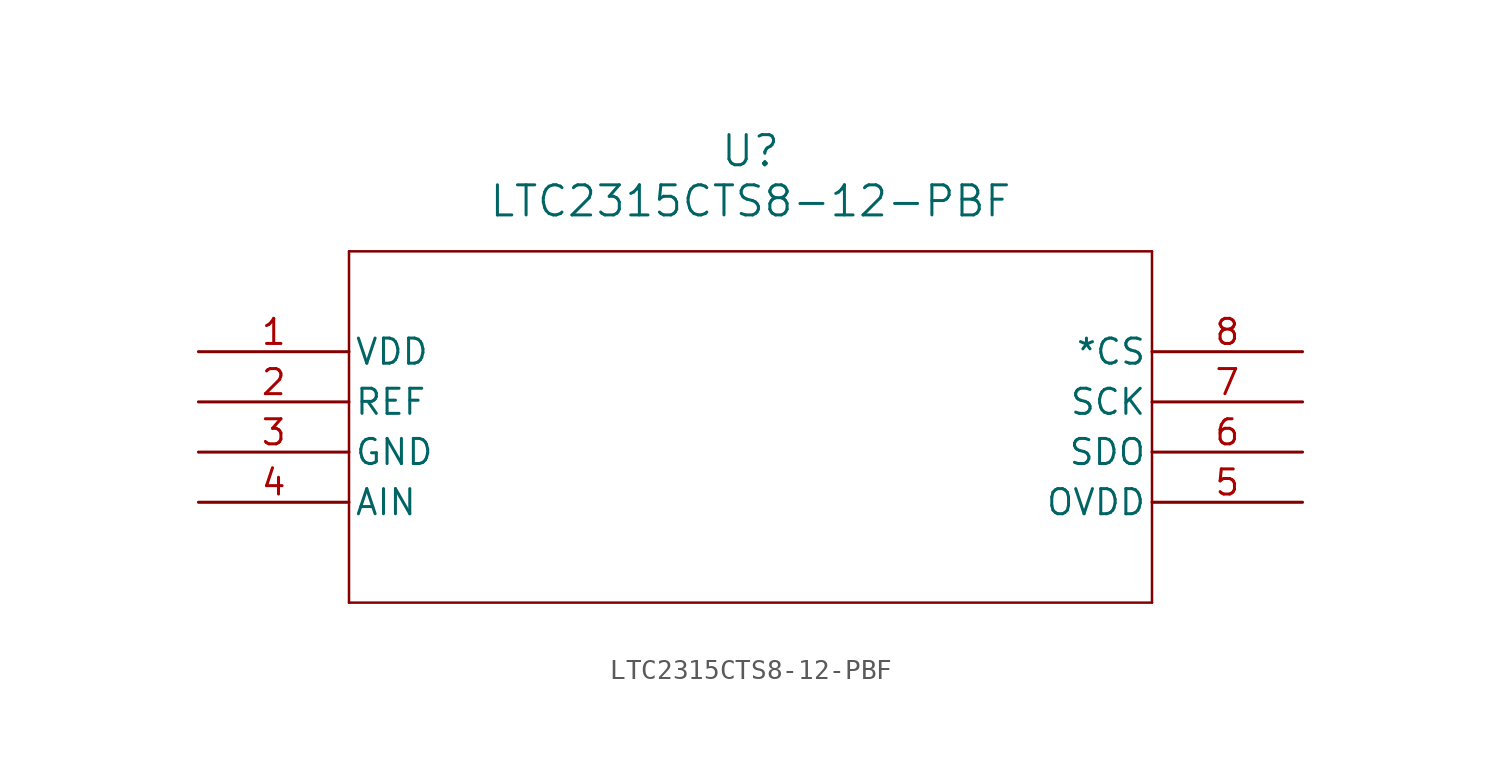
<source format=kicad_sym>
(kicad_symbol_lib
  (version 20211014)
  (generator kicad_symbol_editor)
  (symbol "LTC2315CTS8-12-PBF"
    (pin_names
      (offset 0.254))
    (property "Reference" "U"
      (at 27.94 10.16 0)
      (effects (font (size 1.524 1.524))))
    (property "Value" "LTC2315CTS8-12-PBF"
      (at 27.94 7.62 0)
      (effects (font (size 1.524 1.524))))
    (symbol "LTC2315CTS8-12-PBF_0_1"
      (polyline (pts (xy 7.62 5.08) (xy 7.62 -12.7)) (stroke (width 0.127) (type default) (color 0 0 0 0)) (fill (type none)))
      (polyline (pts (xy 7.62 -12.7) (xy 48.26 -12.7)) (stroke (width 0.127) (type default) (color 0 0 0 0)) (fill (type none)))
      (polyline (pts (xy 48.26 -12.7) (xy 48.26 5.08)) (stroke (width 0.127) (type default) (color 0 0 0 0)) (fill (type none)))
      (polyline (pts (xy 48.26 5.08) (xy 7.62 5.08)) (stroke (width 0.127) (type default) (color 0 0 0 0)) (fill (type none)))
      (pin power_in line (at 0 0 0) (length 7.62) (name "VDD" (effects (font (size 1.27 1.27)))) (number "1" (effects (font (size 1.27 1.27)))))
      (pin bidirectional line (at 0 -2.54 0) (length 7.62) (name "REF" (effects (font (size 1.27 1.27)))) (number "2" (effects (font (size 1.27 1.27)))))
      (pin power_in line (at 0 -5.08 0) (length 7.62) (name "GND" (effects (font (size 1.27 1.27)))) (number "3" (effects (font (size 1.27 1.27)))))
      (pin input line (at 0 -7.62 0) (length 7.62) (name "AIN" (effects (font (size 1.27 1.27)))) (number "4" (effects (font (size 1.27 1.27)))))
      (pin power_in line (at 55.88 -7.62 180) (length 7.62) (name "OVDD" (effects (font (size 1.27 1.27)))) (number "5" (effects (font (size 1.27 1.27)))))
      (pin output line (at 55.88 -5.08 180) (length 7.62) (name "SDO" (effects (font (size 1.27 1.27)))) (number "6" (effects (font (size 1.27 1.27)))))
      (pin input line (at 55.88 -2.54 180) (length 7.62) (name "SCK" (effects (font (size 1.27 1.27)))) (number "7" (effects (font (size 1.27 1.27)))))
      (pin input line (at 55.88 0 180) (length 7.62) (name "*CS" (effects (font (size 1.27 1.27)))) (number "8" (effects (font (size 1.27 1.27))))))))
</source>
